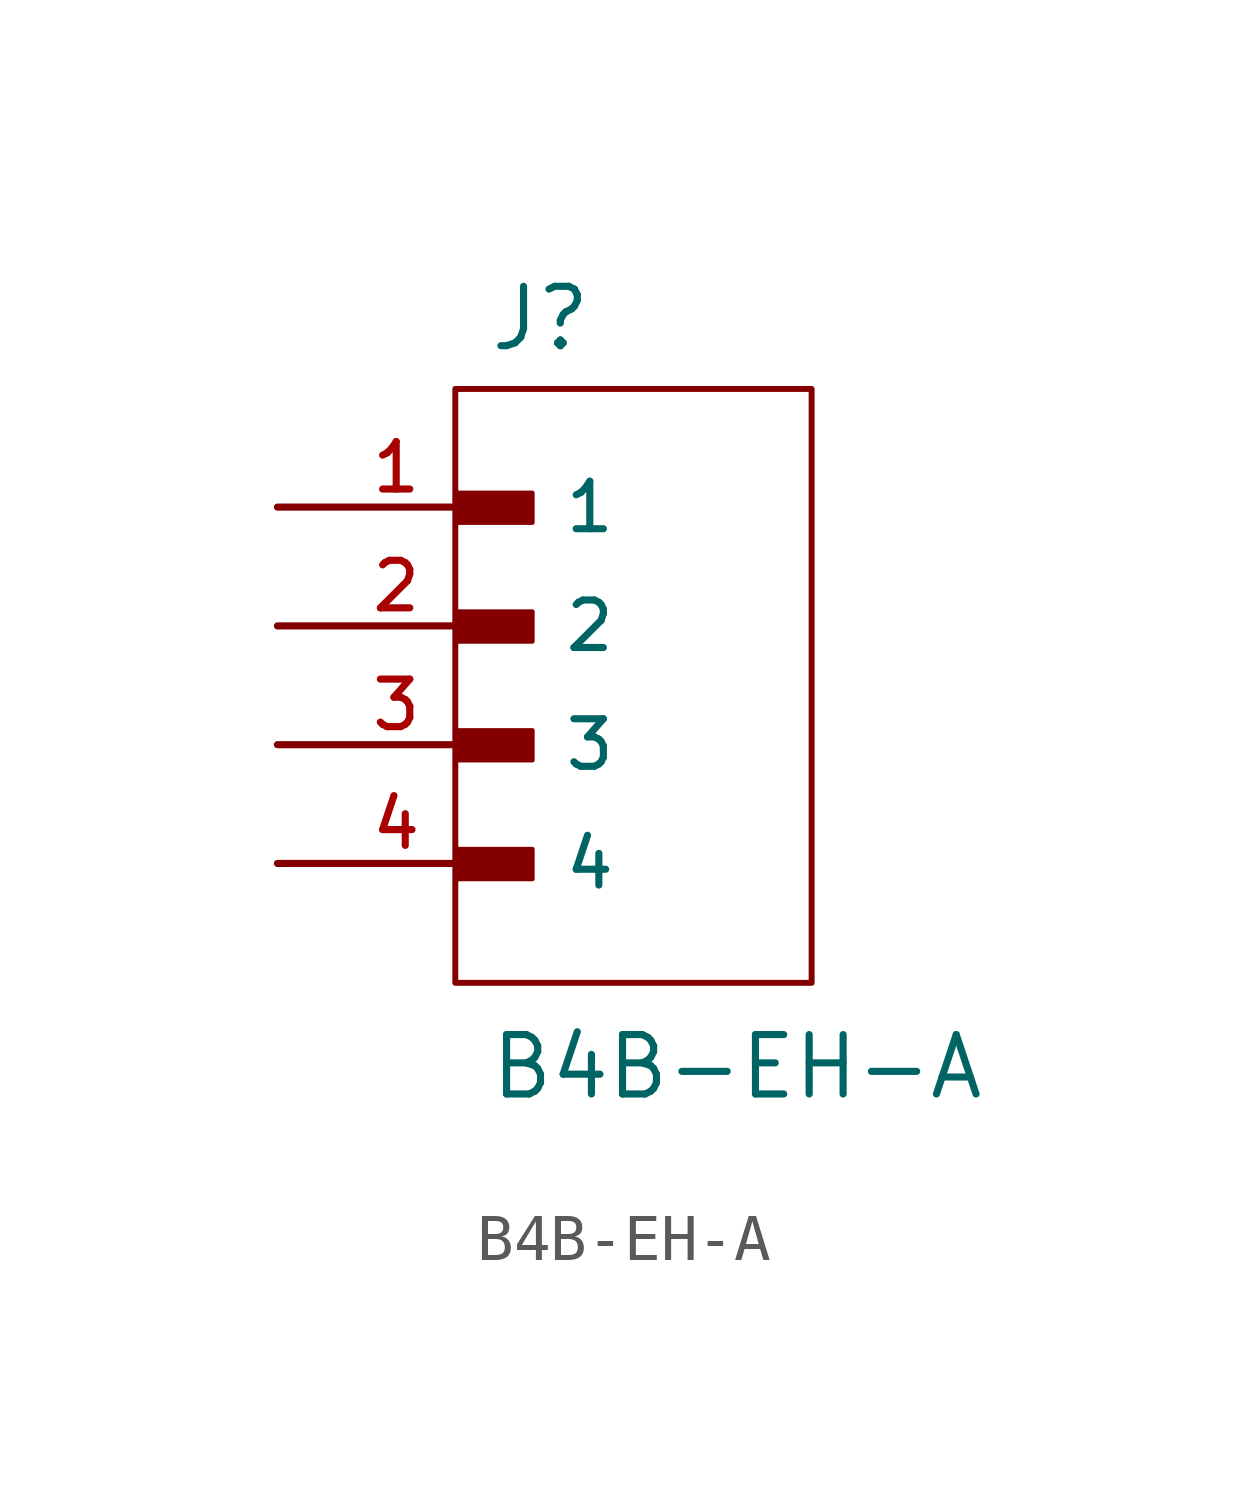
<source format=kicad_sym>
(kicad_symbol_lib
  (version 20231120)
  (generator "kicad_symbol_editor")
  (generator_version "8.0")
  (symbol "B4B-EH-A"
    (pin_names
      (offset 1.016))
    (property "Reference" "J"
      (at 0.688 8.369 0)
      (effects (font (size 1.27 1.27)) (justify left bottom)))
    (property "Value" "B4B-EH-A"
      (at 0.688 -7.633 0)
      (effects (font (size 1.27 1.27)) (justify left bottom)))
    (symbol "B4B-EH-A_0_0"
      (rectangle (start 0.053 -2.871) (end 1.641 -2.236) (stroke (width 0.1) (type default)) (fill (type outline)))
      (rectangle (start 0.053 -0.331) (end 1.641 0.304) (stroke (width 0.1) (type default)) (fill (type outline)))
      (rectangle (start 0.053 2.209) (end 1.641 2.844) (stroke (width 0.1) (type default)) (fill (type outline)))
      (rectangle (start 0.053 4.749) (end 1.641 5.384) (stroke (width 0.1) (type default)) (fill (type outline)))
      (pin passive line (at -3.81 5.08 0) (length 5.08) (name "1" (effects (font (size 1.016 1.016)))) (number "1" (effects (font (size 1.016 1.016)))))
      (pin passive line (at -3.81 2.54 0) (length 5.08) (name "2" (effects (font (size 1.016 1.016)))) (number "2" (effects (font (size 1.016 1.016)))))
      (pin passive line (at -3.81 0 0) (length 5.08) (name "3" (effects (font (size 1.016 1.016)))) (number "3" (effects (font (size 1.016 1.016)))))
      (pin passive line (at -3.81 -2.54 0) (length 5.08) (name "4" (effects (font (size 1.016 1.016)))) (number "4" (effects (font (size 1.016 1.016))))))
    (symbol "B4B-EH-A_1_1"
      (rectangle (start -0.006 7.607) (end 7.614 -5.093) (stroke (width 0.127) (type default)) (fill (type none))))))
</source>
